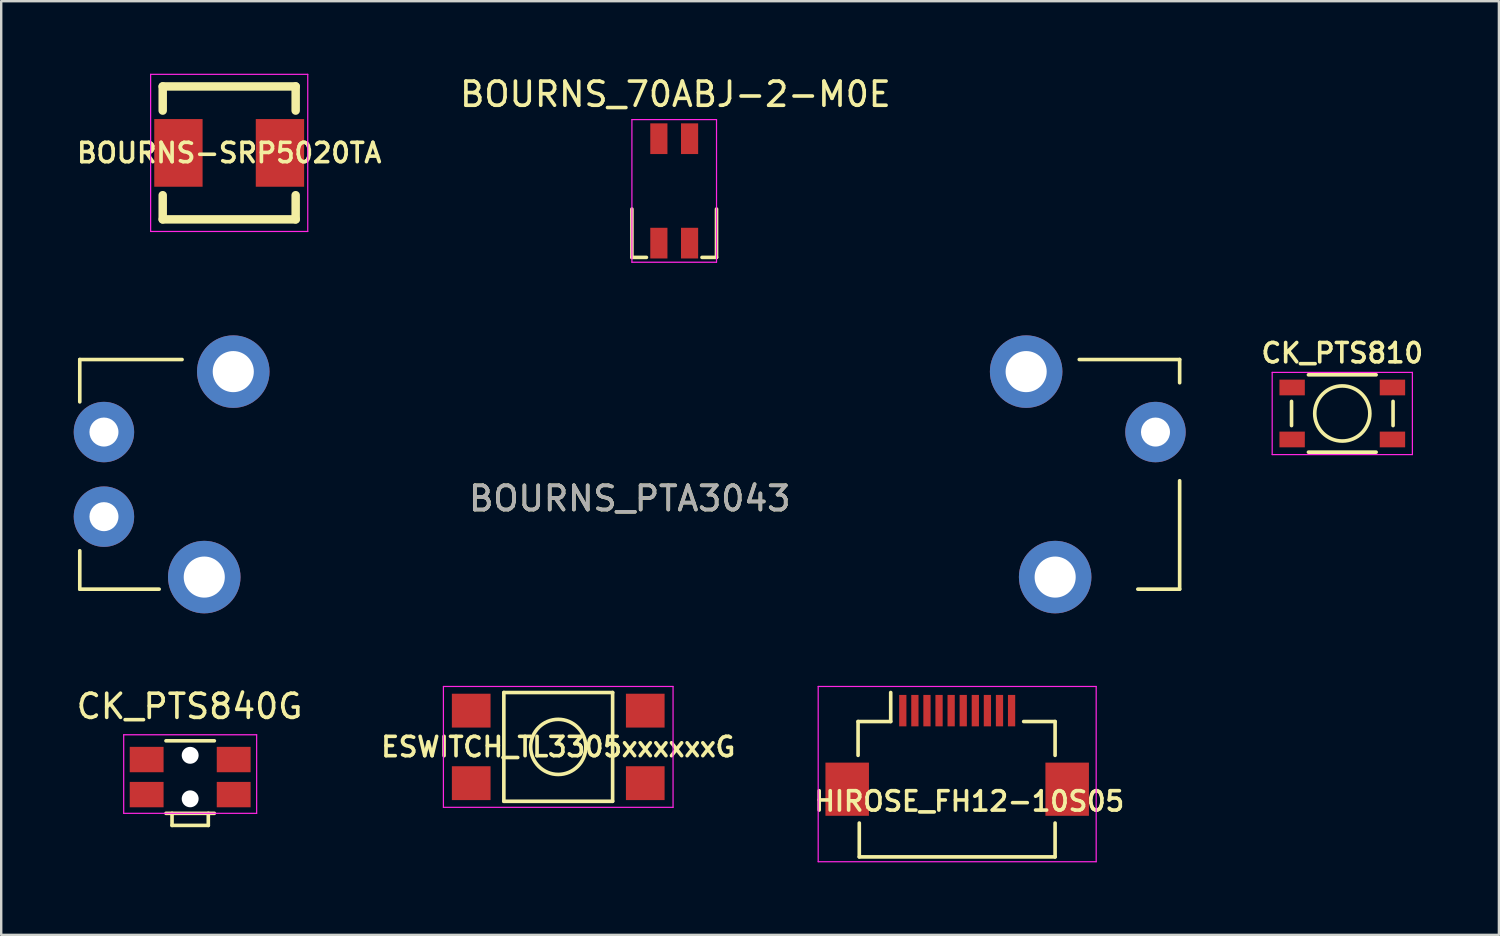
<source format=kicad_pcb>
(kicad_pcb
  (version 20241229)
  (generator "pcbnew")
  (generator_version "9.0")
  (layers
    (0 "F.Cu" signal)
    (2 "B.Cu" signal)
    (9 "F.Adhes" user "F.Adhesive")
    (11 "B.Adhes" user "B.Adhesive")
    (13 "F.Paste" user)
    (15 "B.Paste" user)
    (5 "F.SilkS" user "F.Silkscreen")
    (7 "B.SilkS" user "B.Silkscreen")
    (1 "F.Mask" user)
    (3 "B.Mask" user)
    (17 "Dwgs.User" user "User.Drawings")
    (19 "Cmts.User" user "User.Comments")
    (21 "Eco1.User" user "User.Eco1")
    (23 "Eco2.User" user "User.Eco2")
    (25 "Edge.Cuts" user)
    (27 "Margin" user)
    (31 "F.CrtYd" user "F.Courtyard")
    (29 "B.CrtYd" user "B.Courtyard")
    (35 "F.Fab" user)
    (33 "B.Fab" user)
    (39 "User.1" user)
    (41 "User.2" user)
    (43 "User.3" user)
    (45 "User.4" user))
  (footprint "BOURNS_70ABJ-2-M0E"
    (layer "F.Cu")
    (at 24.841 4.848)
    (property "Reference" "BOURNS_70ABJ-2-M0E" (at 0.05 -4 0) (layer "F.SilkS") (effects (font (size 1 1) (thickness 0.15))))
    (attr smd)
    (fp_line (start -1.75 0.75) (end -1.75 2.75) (stroke (width 0.15) (type solid)) (layer "F.SilkS"))
    (fp_line (start -1.75 2.75) (end -1.15 2.75) (stroke (width 0.15) (type solid)) (layer "F.SilkS"))
    (fp_line (start 1.15 2.75) (end 1.75 2.75) (stroke (width 0.15) (type solid)) (layer "F.SilkS"))
    (fp_line (start 1.75 2.75) (end 1.75 0.75) (stroke (width 0.15) (type solid)) (layer "F.SilkS"))
    (fp_line (start -1.75 -2.95) (end 1.75 -2.95) (stroke (width 0.05) (type solid)) (layer "F.CrtYd"))
    (fp_line (start -1.75 2.95) (end -1.75 -2.95) (stroke (width 0.05) (type solid)) (layer "F.CrtYd"))
    (fp_line (start 1.75 -2.95) (end 1.75 2.95) (stroke (width 0.05) (type solid)) (layer "F.CrtYd"))
    (fp_line (start 1.75 2.95) (end -1.75 2.95) (stroke (width 0.05) (type solid)) (layer "F.CrtYd"))
    (pad "1" smd rect (at -0.635 -2.16) (size 0.71 1.27) (layers "F.Cu" "F.Mask" "F.Paste"))
    (pad "1" smd rect (at -0.635 2.16) (size 0.71 1.27) (layers "F.Cu" "F.Mask" "F.Paste"))
    (pad "2" smd rect (at 0.635 -2.16) (size 0.71 1.27) (layers "F.Cu" "F.Mask" "F.Paste"))
    (pad "2" smd rect (at 0.635 2.16) (size 0.71 1.27) (layers "F.Cu" "F.Mask" "F.Paste")))
  (footprint "CK_PTS810"
    (layer "F.Cu")
    (at 52.478 14.055)
    (property "Reference" "CK_PTS810" (at 0 -2.5 180) (layer "F.SilkS") (effects (font (size 0.8 0.8) (thickness 0.15))))
    (attr smd)
    (fp_line (start -2.1 0.5) (end -2.1 -0.5) (stroke (width 0.15) (type solid)) (layer "F.SilkS"))
    (fp_line (start -1.4 -1.6) (end 1.4 -1.6) (stroke (width 0.15) (type solid)) (layer "F.SilkS"))
    (fp_line (start -1.4 1.6) (end 1.4 1.6) (stroke (width 0.15) (type solid)) (layer "F.SilkS"))
    (fp_line (start 2.1 0.5) (end 2.1 -0.5) (stroke (width 0.15) (type solid)) (layer "F.SilkS"))
    (fp_circle (center 0 0) (end 1.1 0.3) (stroke (width 0.15) (type solid)) (fill no) (layer "F.SilkS"))
    (fp_line (start -2.9 -1.7) (end 2.9 -1.7) (stroke (width 0.05) (type solid)) (layer "F.CrtYd"))
    (fp_line (start -2.9 1.7) (end -2.9 -1.7) (stroke (width 0.05) (type solid)) (layer "F.CrtYd"))
    (fp_line (start 2.9 -1.7) (end 2.9 1.7) (stroke (width 0.05) (type solid)) (layer "F.CrtYd"))
    (fp_line (start 2.9 1.7) (end -2.9 1.7) (stroke (width 0.05) (type solid)) (layer "F.CrtYd"))
    (pad "1" smd rect (at -2.075 -1.075) (size 1.05 0.65) (layers "F.Cu" "F.Mask" "F.Paste"))
    (pad "2" smd rect (at 2.075 -1.075) (size 1.05 0.65) (layers "F.Cu" "F.Mask" "F.Paste"))
    (pad "3" smd rect (at -2.075 1.075) (size 1.05 0.65) (layers "F.Cu" "F.Mask" "F.Paste"))
    (pad "4" smd rect (at 2.075 1.075) (size 1.05 0.65) (layers "F.Cu" "F.Mask" "F.Paste")))
  (footprint "HIROSE_FH12-10S05"
    (layer "F.Cu")
    (at 36.547 29.598)
    (property "Reference" "HIROSE_FH12-10S05" (at 0.5 0.5 0) (layer "F.SilkS") (effects (font (size 0.8 0.8) (thickness 0.15))))
    (attr through_hole)
    (fp_line (start -4.1 -2.8) (end -2.75 -2.8) (stroke (width 0.15) (type solid)) (layer "F.SilkS"))
    (fp_line (start -4.1 -1.4) (end -4.1 -2.8) (stroke (width 0.15) (type solid)) (layer "F.SilkS"))
    (fp_line (start -4.05 1.4) (end -4.05 2.8) (stroke (width 0.15) (type solid)) (layer "F.SilkS"))
    (fp_line (start -4.05 2.8) (end 4.05 2.8) (stroke (width 0.15) (type solid)) (layer "F.SilkS"))
    (fp_line (start -2.75 -2.8) (end -2.75 -4) (stroke (width 0.15) (type solid)) (layer "F.SilkS"))
    (fp_line (start 2.75 -2.8) (end 4.05 -2.8) (stroke (width 0.15) (type solid)) (layer "F.SilkS"))
    (fp_line (start 4.05 -1.4) (end 4.05 -2.8) (stroke (width 0.15) (type solid)) (layer "F.SilkS"))
    (fp_line (start 4.05 2.8) (end 4.05 1.4) (stroke (width 0.15) (type solid)) (layer "F.SilkS"))
    (fp_line (start -5.75 -4.25) (end -5.75 3) (stroke (width 0.05) (type solid)) (layer "F.CrtYd"))
    (fp_line (start -5.75 3) (end 5.75 3) (stroke (width 0.05) (type solid)) (layer "F.CrtYd"))
    (fp_line (start 5.75 -4.25) (end -5.75 -4.25) (stroke (width 0.05) (type solid)) (layer "F.CrtYd"))
    (fp_line (start 5.75 3) (end 5.75 -4.25) (stroke (width 0.05) (type solid)) (layer "F.CrtYd"))
    (pad "" smd rect (at -4.55 0) (size 1.8 2.2) (layers "F.Cu" "F.Mask" "F.Paste"))
    (pad "" smd rect (at 4.55 0) (size 1.8 2.2) (layers "F.Cu" "F.Mask" "F.Paste"))
    (pad "1" smd rect (at -2.25 -3.25) (size 0.3 1.3) (layers "F.Cu" "F.Mask" "F.Paste"))
    (pad "2" smd rect (at -1.75 -3.25) (size 0.3 1.3) (layers "F.Cu" "F.Mask" "F.Paste"))
    (pad "3" smd rect (at -1.25 -3.25) (size 0.3 1.3) (layers "F.Cu" "F.Mask" "F.Paste"))
    (pad "4" smd rect (at -0.75 -3.25) (size 0.3 1.3) (layers "F.Cu" "F.Mask" "F.Paste"))
    (pad "5" smd rect (at -0.25 -3.25) (size 0.3 1.3) (layers "F.Cu" "F.Mask" "F.Paste"))
    (pad "6" smd rect (at 0.25 -3.25) (size 0.3 1.3) (layers "F.Cu" "F.Mask" "F.Paste"))
    (pad "7" smd rect (at 0.75 -3.25) (size 0.3 1.3) (layers "F.Cu" "F.Mask" "F.Paste"))
    (pad "8" smd rect (at 1.25 -3.25) (size 0.3 1.3) (layers "F.Cu" "F.Mask" "F.Paste"))
    (pad "9" smd rect (at 1.75 -3.25) (size 0.3 1.3) (layers "F.Cu" "F.Mask" "F.Paste"))
    (pad "10" smd rect (at 2.25 -3.25) (size 0.3 1.3) (layers "F.Cu" "F.Mask" "F.Paste")))
  (footprint "BOURNS-SRP5020TA"
    (layer "F.Cu")
    (at 6.431 3.275)
    (property "Reference" "BOURNS-SRP5020TA" (at 0 0 0) (layer "F.SilkS") (effects (font (size 0.8 0.8) (thickness 0.15))))
    (attr smd)
    (fp_line (start -2.75 -2.75) (end 2.75 -2.75) (stroke (width 0.35) (type solid)) (layer "F.SilkS"))
    (fp_line (start -2.75 -1.75) (end -2.75 -2.75) (stroke (width 0.35) (type solid)) (layer "F.SilkS"))
    (fp_line (start -2.75 2.75) (end -2.75 1.75) (stroke (width 0.35) (type solid)) (layer "F.SilkS"))
    (fp_line (start 2.75 -2.75) (end 2.75 -1.75) (stroke (width 0.35) (type solid)) (layer "F.SilkS"))
    (fp_line (start 2.75 1.75) (end 2.75 2.75) (stroke (width 0.35) (type solid)) (layer "F.SilkS"))
    (fp_line (start 2.75 2.75) (end -2.75 2.75) (stroke (width 0.35) (type solid)) (layer "F.SilkS"))
    (fp_line (start -3.25 -3.25) (end 3.25 -3.25) (stroke (width 0.05) (type solid)) (layer "F.CrtYd"))
    (fp_line (start -3.25 3.25) (end -3.25 -3.25) (stroke (width 0.05) (type solid)) (layer "F.CrtYd"))
    (fp_line (start 3.25 -3.25) (end 3.25 3.25) (stroke (width 0.05) (type solid)) (layer "F.CrtYd"))
    (fp_line (start 3.25 3.25) (end -3.25 3.25) (stroke (width 0.05) (type solid)) (layer "F.CrtYd"))
    (pad "1" smd rect (at -2.1 0) (size 2 2.8) (layers "F.Cu" "F.Mask" "F.Paste"))
    (pad "2" smd rect (at 2.1 0) (size 2 2.8) (layers "F.Cu" "F.Mask" "F.Paste")))
  (footprint "ESWITCH_TL3305xxxxxxG"
    (layer "F.Cu")
    (at 20.043 27.848)
    (property "Reference" "ESWITCH_TL3305xxxxxxG" (at 0 0 180) (layer "F.SilkS") (effects (font (size 0.8 0.8) (thickness 0.15))))
    (attr smd)
    (fp_line (start -2.25 -2.25) (end 2.25 -2.25) (stroke (width 0.15) (type solid)) (layer "F.SilkS"))
    (fp_line (start -2.25 2.25) (end -2.25 -2.25) (stroke (width 0.15) (type solid)) (layer "F.SilkS"))
    (fp_line (start -2.25 2.25) (end 2.25 2.25) (stroke (width 0.15) (type solid)) (layer "F.SilkS"))
    (fp_line (start 2.25 2.25) (end 2.25 -2.25) (stroke (width 0.15) (type solid)) (layer "F.SilkS"))
    (fp_circle (center 0 0) (end 1.1 0.3) (stroke (width 0.15) (type solid)) (fill no) (layer "F.SilkS"))
    (fp_line (start -4.75 -2.5) (end 4.75 -2.5) (stroke (width 0.05) (type solid)) (layer "F.CrtYd"))
    (fp_line (start -4.75 2.5) (end -4.75 -2.5) (stroke (width 0.05) (type solid)) (layer "F.CrtYd"))
    (fp_line (start 4.75 -2.5) (end 4.75 2.5) (stroke (width 0.05) (type solid)) (layer "F.CrtYd"))
    (fp_line (start 4.75 2.5) (end -4.75 2.5) (stroke (width 0.05) (type solid)) (layer "F.CrtYd"))
    (pad "1" smd rect (at -3.6 -1.5) (size 1.6 1.4) (layers "F.Cu" "F.Mask" "F.Paste"))
    (pad "2" smd rect (at 3.6 -1.5) (size 1.6 1.4) (layers "F.Cu" "F.Mask" "F.Paste"))
    (pad "3" smd rect (at -3.6 1.5) (size 1.6 1.4) (layers "F.Cu" "F.Mask" "F.Paste"))
    (pad "4" smd rect (at 3.6 1.5) (size 1.6 1.4) (layers "F.Cu" "F.Mask" "F.Paste")))
  (footprint "CK_PTS840G"
    (layer "F.Cu")
    (at 4.817 29.096)
    (property "Reference" "CK_PTS840G" (at -0.025 -2.925 0) (layer "F.SilkS") (effects (font (size 1 1) (thickness 0.15))))
    (attr through_hole)
    (fp_line (start -0.75 1.5) (end -0.75 2) (stroke (width 0.15) (type solid)) (layer "F.SilkS"))
    (fp_line (start -0.75 2) (end 0.75 2) (stroke (width 0.15) (type solid)) (layer "F.SilkS"))
    (fp_line (start 0.75 2) (end 0.75 1.5) (stroke (width 0.15) (type solid)) (layer "F.SilkS"))
    (fp_line (start 1 -1.5) (end -1 -1.5) (stroke (width 0.15) (type solid)) (layer "F.SilkS"))
    (fp_line (start 1 1.5) (end -1 1.5) (stroke (width 0.15) (type solid)) (layer "F.SilkS"))
    (fp_line (start -2.75 -1.75) (end 2.75 -1.75) (stroke (width 0.05) (type solid)) (layer "F.CrtYd"))
    (fp_line (start -2.75 1.5) (end -2.75 -1.75) (stroke (width 0.05) (type solid)) (layer "F.CrtYd"))
    (fp_line (start 2.75 -1.75) (end 2.75 1.5) (stroke (width 0.05) (type solid)) (layer "F.CrtYd"))
    (fp_line (start 2.75 1.5) (end -2.75 1.5) (stroke (width 0.05) (type solid)) (layer "F.CrtYd"))
    (pad "" np_thru_hole circle (at 0 -0.9) (size 0.7 0.7) (drill 0.7) (layers "*.Cu" "*.Mask"))
    (pad "" np_thru_hole circle (at 0 0.9) (size 0.7 0.7) (drill 0.7) (layers "*.Cu" "*.Mask"))
    (pad "1" smd rect (at -1.8 -0.725) (size 1.4 1.05) (layers "F.Cu" "F.Mask" "F.Paste"))
    (pad "2" smd rect (at 1.8 -0.725) (size 1.4 1.05) (layers "F.Cu" "F.Mask" "F.Paste"))
    (pad "3" smd rect (at -1.8 0.725) (size 1.4 1.05) (layers "F.Cu" "F.Mask" "F.Paste"))
    (pad "4" smd rect (at 1.8 0.725) (size 1.4 1.05) (layers "F.Cu" "F.Mask" "F.Paste")))
  (footprint "BOURNS_PTA3043"
    (layer "F.Cu")
    (at 23 16.573)
    (property "Reference" "BOURNS_PTA3043" (at 0 1 0) (layer "F.SilkS") (effects (font (size 1 1) (thickness 0.15))))
    (attr through_hole)
    (fp_line (start -22.75 -4.75) (end -18.518 -4.75) (stroke (width 0.15) (type solid)) (layer "F.SilkS"))
    (fp_line (start -22.75 -2.999) (end -22.75 -4.75) (stroke (width 0.15) (type solid)) (layer "F.SilkS"))
    (fp_line (start -22.75 3.161) (end -22.75 4.75) (stroke (width 0.15) (type solid)) (layer "F.SilkS"))
    (fp_line (start -22.75 4.75) (end -19.466 4.75) (stroke (width 0.15) (type solid)) (layer "F.SilkS"))
    (fp_line (start 21.019 4.75) (end 22.75 4.75) (stroke (width 0.15) (type solid)) (layer "F.SilkS"))
    (fp_line (start 22.75 -4.75) (end 18.597 -4.75) (stroke (width 0.15) (type solid)) (layer "F.SilkS"))
    (fp_line (start 22.75 -3.789) (end 22.75 -4.75) (stroke (width 0.15) (type solid)) (layer "F.SilkS"))
    (fp_line (start 22.75 4.75) (end 22.75 0.265) (stroke (width 0.15) (type solid)) (layer "F.SilkS"))
    (fp_text user "${REFERENCE}" (at 0 1 0) (layer "F.Fab") (effects (font (size 1 1) (thickness 0.15))))
    (pad "1" thru_hole circle (at -21.75 -1.75) (size 2.5 2.5) (drill 1.2) (layers "*.Cu" "*.Mask"))
    (pad "2" thru_hole circle (at -21.75 1.75) (size 2.5 2.5) (drill 1.2) (layers "*.Cu" "*.Mask"))
    (pad "3" thru_hole circle (at 21.75 -1.75) (size 2.5 2.5) (drill 1.2) (layers "*.Cu" "*.Mask"))
    (pad "SH" thru_hole circle (at -17.6 4.25) (size 3 3) (drill 1.7) (layers "*.Cu" "*.Mask"))
    (pad "SH" thru_hole circle (at -16.4 -4.25) (size 3 3) (drill 1.7) (layers "*.Cu" "*.Mask"))
    (pad "SH" thru_hole circle (at 16.4 -4.25) (size 3 3) (drill 1.7) (layers "*.Cu" "*.Mask"))
    (pad "SH" thru_hole circle (at 17.6 4.25) (size 3 3) (drill 1.7) (layers "*.Cu" "*.Mask")))
  (gr_rect
    (start -3 -3)
    (end 58.957 35.623)
    (stroke (width 0.1) (type default))
    (fill no)
    (layer "Edge.Cuts")))
</source>
